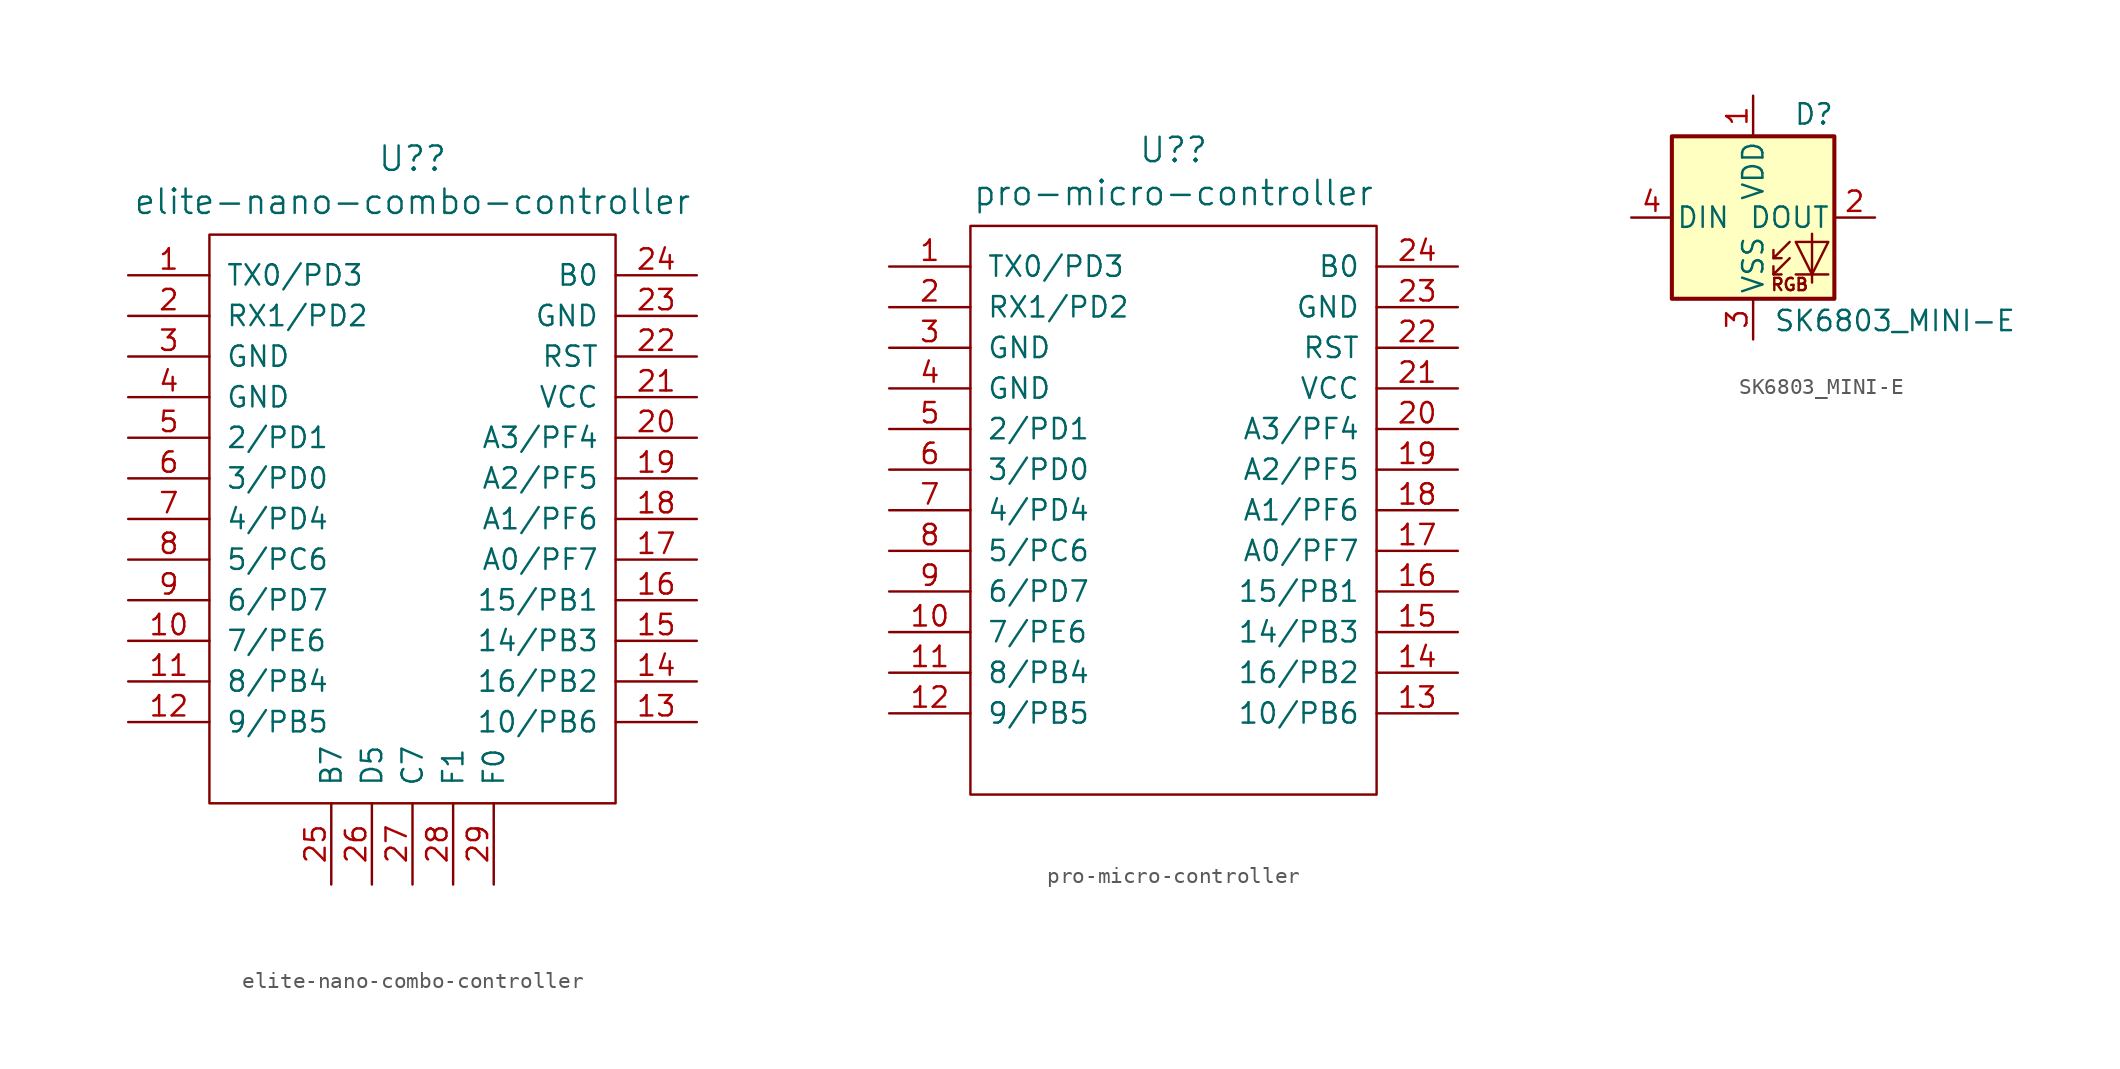
<source format=kicad_sym>
(kicad_symbol_lib
  (version 20220914)
  (generator kicad_symbol_editor)
  (symbol "elite-nano-combo-controller"
    (pin_names
      (offset 1.016))
    (property "Reference" "U?"
      (at 0 21.26 0)
      (effects (font (size 1.524 1.524))))
    (property "Value" "elite-nano-combo-controller"
      (at 0 18.567 0)
      (effects (font (size 1.524 1.524))))
    (symbol "elite-nano-combo-controller_0_1"
      (rectangle (start 12.7 -19.05) (end -12.7 16.51) (stroke (width 0) (type default)) (fill (type none))))
    (symbol "elite-nano-combo-controller_1_1"
      (pin input line (at -17.78 13.97 0) (length 5.08) (name "TX0/PD3" (effects (font (size 1.27 1.27)))) (number "1" (effects (font (size 1.27 1.27)))))
      (pin input line (at -17.78 -8.89 0) (length 5.08) (name "7/PE6" (effects (font (size 1.27 1.27)))) (number "10" (effects (font (size 1.27 1.27)))))
      (pin input line (at -17.78 -11.43 0) (length 5.08) (name "8/PB4" (effects (font (size 1.27 1.27)))) (number "11" (effects (font (size 1.27 1.27)))))
      (pin input line (at -17.78 -13.97 0) (length 5.08) (name "9/PB5" (effects (font (size 1.27 1.27)))) (number "12" (effects (font (size 1.27 1.27)))))
      (pin input line (at 17.78 -13.97 180) (length 5.08) (name "10/PB6" (effects (font (size 1.27 1.27)))) (number "13" (effects (font (size 1.27 1.27)))))
      (pin input line (at 17.78 -11.43 180) (length 5.08) (name "16/PB2" (effects (font (size 1.27 1.27)))) (number "14" (effects (font (size 1.27 1.27)))))
      (pin input line (at 17.78 -8.89 180) (length 5.08) (name "14/PB3" (effects (font (size 1.27 1.27)))) (number "15" (effects (font (size 1.27 1.27)))))
      (pin input line (at 17.78 -6.35 180) (length 5.08) (name "15/PB1" (effects (font (size 1.27 1.27)))) (number "16" (effects (font (size 1.27 1.27)))))
      (pin input line (at 17.78 -3.81 180) (length 5.08) (name "A0/PF7" (effects (font (size 1.27 1.27)))) (number "17" (effects (font (size 1.27 1.27)))))
      (pin input line (at 17.78 -1.27 180) (length 5.08) (name "A1/PF6" (effects (font (size 1.27 1.27)))) (number "18" (effects (font (size 1.27 1.27)))))
      (pin input line (at 17.78 1.27 180) (length 5.08) (name "A2/PF5" (effects (font (size 1.27 1.27)))) (number "19" (effects (font (size 1.27 1.27)))))
      (pin input line (at -17.78 11.43 0) (length 5.08) (name "RX1/PD2" (effects (font (size 1.27 1.27)))) (number "2" (effects (font (size 1.27 1.27)))))
      (pin input line (at 17.78 3.81 180) (length 5.08) (name "A3/PF4" (effects (font (size 1.27 1.27)))) (number "20" (effects (font (size 1.27 1.27)))))
      (pin input line (at 17.78 6.35 180) (length 5.08) (name "VCC" (effects (font (size 1.27 1.27)))) (number "21" (effects (font (size 1.27 1.27)))))
      (pin input line (at 17.78 8.89 180) (length 5.08) (name "RST" (effects (font (size 1.27 1.27)))) (number "22" (effects (font (size 1.27 1.27)))))
      (pin input line (at 17.78 11.43 180) (length 5.08) (name "GND" (effects (font (size 1.27 1.27)))) (number "23" (effects (font (size 1.27 1.27)))))
      (pin input line (at 17.78 13.97 180) (length 5.08) (name "B0" (effects (font (size 1.27 1.27)))) (number "24" (effects (font (size 1.27 1.27)))))
      (pin input line (at -5.08 -24.13 90) (length 5.08) (name "B7" (effects (font (size 1.27 1.27)))) (number "25" (effects (font (size 1.27 1.27)))))
      (pin input line (at -2.54 -24.13 90) (length 5.08) (name "D5" (effects (font (size 1.27 1.27)))) (number "26" (effects (font (size 1.27 1.27)))))
      (pin input line (at 0 -24.13 90) (length 5.08) (name "C7" (effects (font (size 1.27 1.27)))) (number "27" (effects (font (size 1.27 1.27)))))
      (pin input line (at 2.54 -24.13 90) (length 5.08) (name "F1" (effects (font (size 1.27 1.27)))) (number "28" (effects (font (size 1.27 1.27)))))
      (pin input line (at 5.08 -24.13 90) (length 5.08) (name "F0" (effects (font (size 1.27 1.27)))) (number "29" (effects (font (size 1.27 1.27)))))
      (pin input line (at -17.78 8.89 0) (length 5.08) (name "GND" (effects (font (size 1.27 1.27)))) (number "3" (effects (font (size 1.27 1.27)))))
      (pin input line (at -17.78 6.35 0) (length 5.08) (name "GND" (effects (font (size 1.27 1.27)))) (number "4" (effects (font (size 1.27 1.27)))))
      (pin input line (at -17.78 3.81 0) (length 5.08) (name "2/PD1" (effects (font (size 1.27 1.27)))) (number "5" (effects (font (size 1.27 1.27)))))
      (pin input line (at -17.78 1.27 0) (length 5.08) (name "3/PD0" (effects (font (size 1.27 1.27)))) (number "6" (effects (font (size 1.27 1.27)))))
      (pin input line (at -17.78 -1.27 0) (length 5.08) (name "4/PD4" (effects (font (size 1.27 1.27)))) (number "7" (effects (font (size 1.27 1.27)))))
      (pin input line (at -17.78 -3.81 0) (length 5.08) (name "5/PC6" (effects (font (size 1.27 1.27)))) (number "8" (effects (font (size 1.27 1.27)))))
      (pin input line (at -17.78 -6.35 0) (length 5.08) (name "6/PD7" (effects (font (size 1.27 1.27)))) (number "9" (effects (font (size 1.27 1.27)))))))
  (symbol "pro-micro-controller"
    (pin_names
      (offset 1.016))
    (property "Reference" "U?"
      (at 0 21.26 0)
      (effects (font (size 1.524 1.524))))
    (property "Value" "pro-micro-controller"
      (at 0 18.567 0)
      (effects (font (size 1.524 1.524))))
    (symbol "pro-micro-controller_0_1"
      (rectangle (start 12.7 -19.05) (end -12.7 16.51) (stroke (width 0) (type default)) (fill (type none))))
    (symbol "pro-micro-controller_1_1"
      (pin input line (at -17.78 13.97 0) (length 5.08) (name "TX0/PD3" (effects (font (size 1.27 1.27)))) (number "1" (effects (font (size 1.27 1.27)))))
      (pin input line (at -17.78 -8.89 0) (length 5.08) (name "7/PE6" (effects (font (size 1.27 1.27)))) (number "10" (effects (font (size 1.27 1.27)))))
      (pin input line (at -17.78 -11.43 0) (length 5.08) (name "8/PB4" (effects (font (size 1.27 1.27)))) (number "11" (effects (font (size 1.27 1.27)))))
      (pin input line (at -17.78 -13.97 0) (length 5.08) (name "9/PB5" (effects (font (size 1.27 1.27)))) (number "12" (effects (font (size 1.27 1.27)))))
      (pin input line (at 17.78 -13.97 180) (length 5.08) (name "10/PB6" (effects (font (size 1.27 1.27)))) (number "13" (effects (font (size 1.27 1.27)))))
      (pin input line (at 17.78 -11.43 180) (length 5.08) (name "16/PB2" (effects (font (size 1.27 1.27)))) (number "14" (effects (font (size 1.27 1.27)))))
      (pin input line (at 17.78 -8.89 180) (length 5.08) (name "14/PB3" (effects (font (size 1.27 1.27)))) (number "15" (effects (font (size 1.27 1.27)))))
      (pin input line (at 17.78 -6.35 180) (length 5.08) (name "15/PB1" (effects (font (size 1.27 1.27)))) (number "16" (effects (font (size 1.27 1.27)))))
      (pin input line (at 17.78 -3.81 180) (length 5.08) (name "A0/PF7" (effects (font (size 1.27 1.27)))) (number "17" (effects (font (size 1.27 1.27)))))
      (pin input line (at 17.78 -1.27 180) (length 5.08) (name "A1/PF6" (effects (font (size 1.27 1.27)))) (number "18" (effects (font (size 1.27 1.27)))))
      (pin input line (at 17.78 1.27 180) (length 5.08) (name "A2/PF5" (effects (font (size 1.27 1.27)))) (number "19" (effects (font (size 1.27 1.27)))))
      (pin input line (at -17.78 11.43 0) (length 5.08) (name "RX1/PD2" (effects (font (size 1.27 1.27)))) (number "2" (effects (font (size 1.27 1.27)))))
      (pin input line (at 17.78 3.81 180) (length 5.08) (name "A3/PF4" (effects (font (size 1.27 1.27)))) (number "20" (effects (font (size 1.27 1.27)))))
      (pin input line (at 17.78 6.35 180) (length 5.08) (name "VCC" (effects (font (size 1.27 1.27)))) (number "21" (effects (font (size 1.27 1.27)))))
      (pin input line (at 17.78 8.89 180) (length 5.08) (name "RST" (effects (font (size 1.27 1.27)))) (number "22" (effects (font (size 1.27 1.27)))))
      (pin input line (at 17.78 11.43 180) (length 5.08) (name "GND" (effects (font (size 1.27 1.27)))) (number "23" (effects (font (size 1.27 1.27)))))
      (pin input line (at 17.78 13.97 180) (length 5.08) (name "B0" (effects (font (size 1.27 1.27)))) (number "24" (effects (font (size 1.27 1.27)))))
      (pin input line (at -17.78 8.89 0) (length 5.08) (name "GND" (effects (font (size 1.27 1.27)))) (number "3" (effects (font (size 1.27 1.27)))))
      (pin input line (at -17.78 6.35 0) (length 5.08) (name "GND" (effects (font (size 1.27 1.27)))) (number "4" (effects (font (size 1.27 1.27)))))
      (pin input line (at -17.78 3.81 0) (length 5.08) (name "2/PD1" (effects (font (size 1.27 1.27)))) (number "5" (effects (font (size 1.27 1.27)))))
      (pin input line (at -17.78 1.27 0) (length 5.08) (name "3/PD0" (effects (font (size 1.27 1.27)))) (number "6" (effects (font (size 1.27 1.27)))))
      (pin input line (at -17.78 -1.27 0) (length 5.08) (name "4/PD4" (effects (font (size 1.27 1.27)))) (number "7" (effects (font (size 1.27 1.27)))))
      (pin input line (at -17.78 -3.81 0) (length 5.08) (name "5/PC6" (effects (font (size 1.27 1.27)))) (number "8" (effects (font (size 1.27 1.27)))))
      (pin input line (at -17.78 -6.35 0) (length 5.08) (name "6/PD7" (effects (font (size 1.27 1.27)))) (number "9" (effects (font (size 1.27 1.27)))))))
  (symbol "SK6803_MINI-E"
    (pin_names
      (offset 0.254))
    (property "Reference" "D"
      (at 5.08 5.715 0)
      (effects (font (size 1.27 1.27)) (justify right bottom)))
    (property "Value" "SK6803_MINI-E"
      (at 1.27 -5.715 0)
      (effects (font (size 1.27 1.27)) (justify left top)))
    (symbol "SK6803_MINI-E_0_0"
      (text "RGB" (at 2.286 -4.191 0) (effects (font (size 0.762 0.762)))))
    (symbol "SK6803_MINI-E_0_1"
      (polyline (pts (xy 1.27 -3.556) (xy 1.778 -3.556)) (stroke (width 0) (type default)) (fill (type none)))
      (polyline (pts (xy 1.27 -2.54) (xy 1.778 -2.54)) (stroke (width 0) (type default)) (fill (type none)))
      (polyline (pts (xy 4.699 -3.556) (xy 2.667 -3.556)) (stroke (width 0) (type default)) (fill (type none)))
      (polyline (pts (xy 2.286 -2.54) (xy 1.27 -3.556) (xy 1.27 -3.048)) (stroke (width 0) (type default)) (fill (type none)))
      (polyline (pts (xy 2.286 -1.524) (xy 1.27 -2.54) (xy 1.27 -2.032)) (stroke (width 0) (type default)) (fill (type none)))
      (polyline (pts (xy 3.683 -1.016) (xy 3.683 -3.556) (xy 3.683 -4.064)) (stroke (width 0) (type default)) (fill (type none)))
      (polyline (pts (xy 4.699 -1.524) (xy 2.667 -1.524) (xy 3.683 -3.556) (xy 4.699 -1.524)) (stroke (width 0) (type default)) (fill (type none)))
      (rectangle (start 5.08 5.08) (end -5.08 -5.08) (stroke (width 0.254) (type default)) (fill (type background))))
    (symbol "SK6803_MINI-E_1_1"
      (pin power_in line (at 0 7.62 270) (length 2.54) (name "VDD" (effects (font (size 1.27 1.27)))) (number "1" (effects (font (size 1.27 1.27)))))
      (pin output line (at 7.62 0 180) (length 2.54) (name "DOUT" (effects (font (size 1.27 1.27)))) (number "2" (effects (font (size 1.27 1.27)))))
      (pin power_in line (at 0 -7.62 90) (length 2.54) (name "VSS" (effects (font (size 1.27 1.27)))) (number "3" (effects (font (size 1.27 1.27)))))
      (pin input line (at -7.62 0 0) (length 2.54) (name "DIN" (effects (font (size 1.27 1.27)))) (number "4" (effects (font (size 1.27 1.27))))))))
</source>
